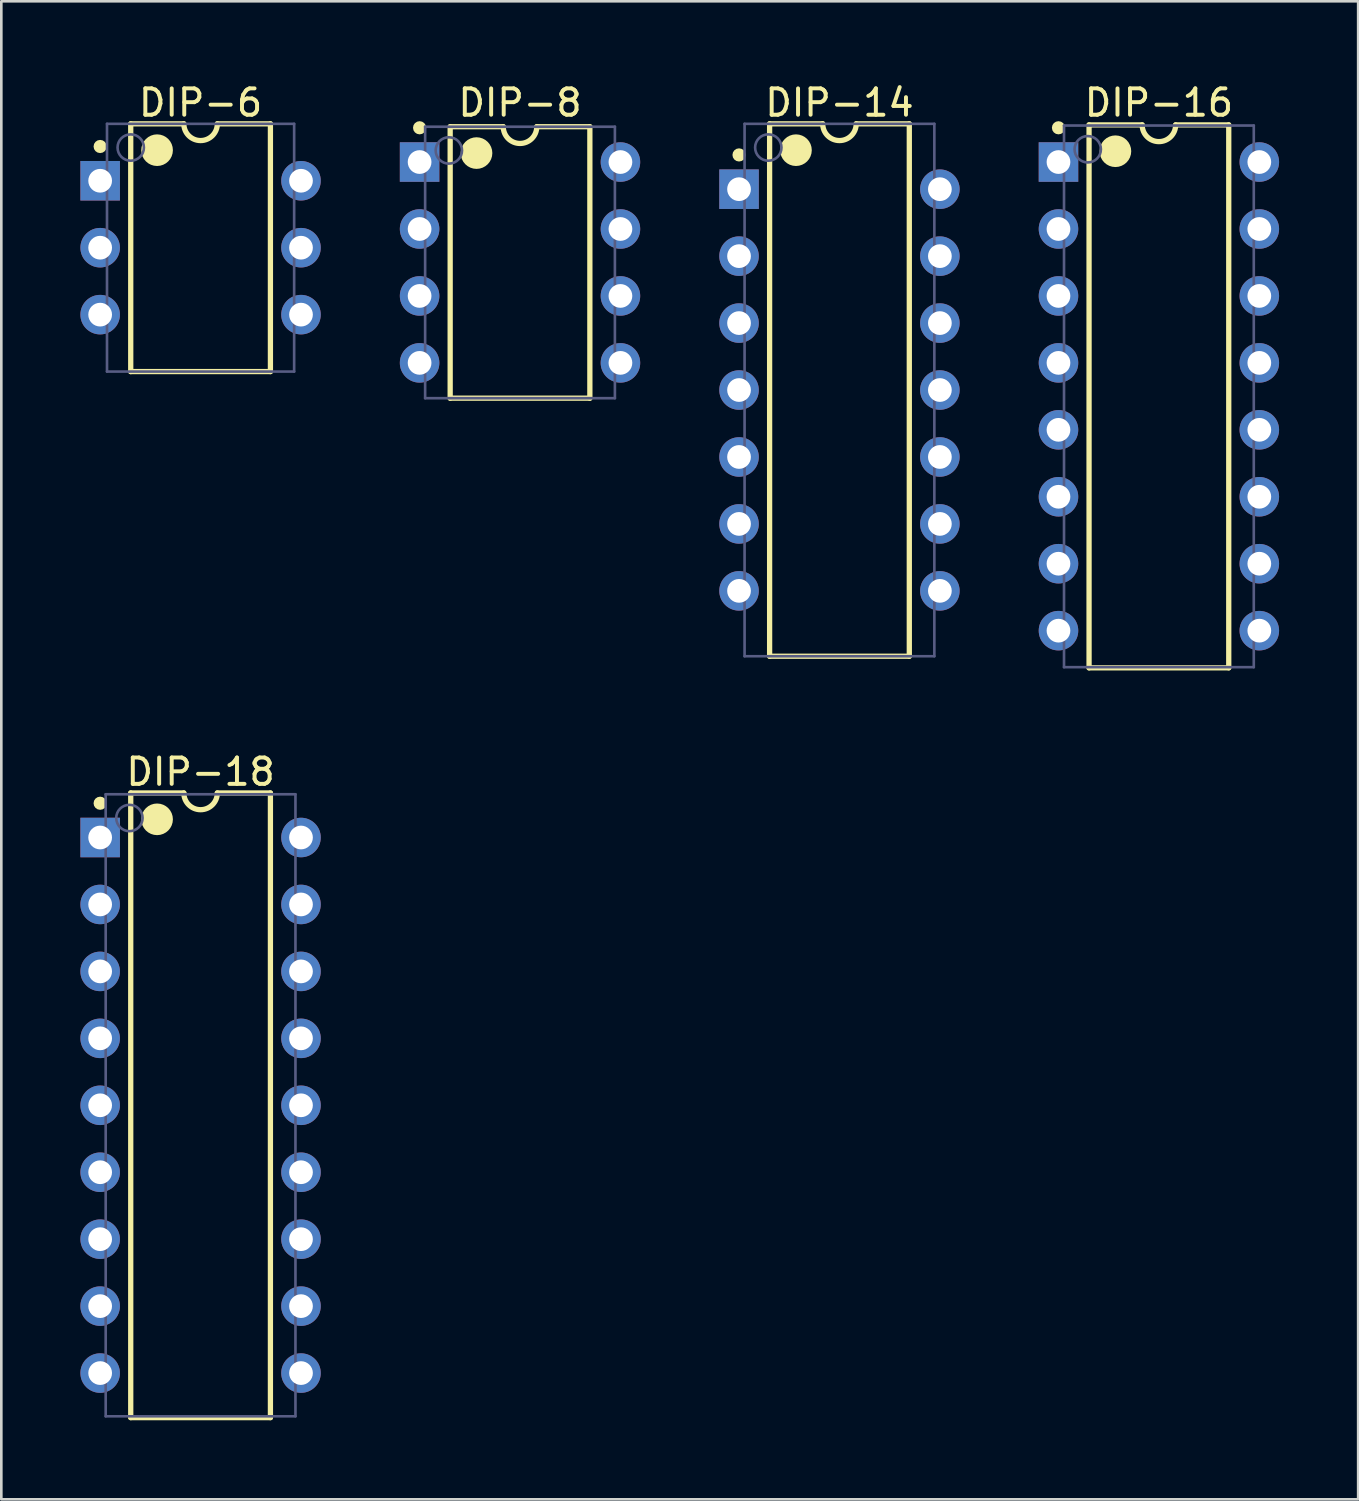
<source format=kicad_pcb>
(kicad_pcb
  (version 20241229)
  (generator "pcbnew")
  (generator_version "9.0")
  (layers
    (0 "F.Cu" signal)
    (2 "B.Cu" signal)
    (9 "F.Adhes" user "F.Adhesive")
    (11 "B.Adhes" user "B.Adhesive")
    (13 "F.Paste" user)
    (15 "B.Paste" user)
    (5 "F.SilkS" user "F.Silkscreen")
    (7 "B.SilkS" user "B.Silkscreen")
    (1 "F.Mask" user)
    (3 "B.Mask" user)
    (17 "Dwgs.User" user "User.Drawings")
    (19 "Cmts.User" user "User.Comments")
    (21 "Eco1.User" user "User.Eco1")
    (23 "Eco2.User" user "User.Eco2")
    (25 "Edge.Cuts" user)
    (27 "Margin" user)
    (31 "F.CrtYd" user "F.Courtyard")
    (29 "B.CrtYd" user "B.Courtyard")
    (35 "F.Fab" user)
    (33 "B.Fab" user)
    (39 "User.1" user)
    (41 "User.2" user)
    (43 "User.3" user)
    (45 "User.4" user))
  (footprint "DIP-6"
    (layer "F.Cu")
    (at 4.56 6.348)
    (property "Reference" "DIP-6" (at 0 -5.5 0) (layer "F.SilkS") (effects (font (size 1 1) (thickness 0.15))))
    (fp_line (start -2.65 -4.7) (end -0.635 -4.7) (stroke (width 0.2) (type solid)) (layer "F.SilkS"))
    (fp_line (start -2.65 4.7) (end -2.65 -4.7) (stroke (width 0.2) (type solid)) (layer "F.SilkS"))
    (fp_line (start -2.65 4.7) (end 2.65 4.7) (stroke (width 0.2) (type solid)) (layer "F.SilkS"))
    (fp_line (start 0.635 -4.7) (end 2.65 -4.7) (stroke (width 0.2) (type solid)) (layer "F.SilkS"))
    (fp_line (start 2.65 4.7) (end 2.65 -4.7) (stroke (width 0.2) (type solid)) (layer "F.SilkS"))
    (fp_arc (start 0.635 -4.7) (mid 0 -4.065) (end -0.635 -4.7) (stroke (width 0.2) (type solid)) (layer "F.SilkS"))
    (fp_circle (center -3.81 -3.84) (end -3.81 -3.965) (stroke (width 0.25) (type solid)) (fill no) (layer "F.SilkS"))
    (fp_circle (center -1.65 -3.7) (end -1.65 -4) (stroke (width 0.6) (type solid)) (fill no) (layer "F.SilkS"))
    (fp_line (start -0.5 0) (end 0.5 0) (stroke (width 0.1) (type solid)) (layer "Eco2.User"))
    (fp_line (start 0 0.5) (end 0 -0.5) (stroke (width 0.1) (type solid)) (layer "Eco2.User"))
    (fp_line (start -3.55 -4.7) (end 3.55 -4.7) (stroke (width 0.1) (type solid)) (layer "B.Fab"))
    (fp_line (start -3.55 4.7) (end -3.55 -4.7) (stroke (width 0.1) (type solid)) (layer "B.Fab"))
    (fp_line (start -3.55 4.7) (end 3.55 4.7) (stroke (width 0.1) (type solid)) (layer "B.Fab"))
    (fp_line (start 3.55 4.7) (end 3.55 -4.7) (stroke (width 0.1) (type solid)) (layer "B.Fab"))
    (fp_circle (center -2.65 -3.8) (end -2.65 -4.3) (stroke (width 0.1) (type solid)) (fill no) (layer "B.Fab"))
    (pad "1" thru_hole rect (at -3.81 -2.54) (size 1.5 1.5) (drill 0.9) (layers "*.Cu" "*.Mask"))
    (pad "2" thru_hole circle (at -3.81 0) (size 1.5 1.5) (drill 0.9) (layers "*.Cu" "*.Mask"))
    (pad "3" thru_hole circle (at -3.81 2.54) (size 1.5 1.5) (drill 0.9) (layers "*.Cu" "*.Mask"))
    (pad "4" thru_hole circle (at 3.81 2.54) (size 1.5 1.5) (drill 0.9) (layers "*.Cu" "*.Mask"))
    (pad "5" thru_hole circle (at 3.81 0) (size 1.5 1.5) (drill 0.9) (layers "*.Cu" "*.Mask"))
    (pad "6" thru_hole circle (at 3.81 -2.54) (size 1.5 1.5) (drill 0.9) (layers "*.Cu" "*.Mask")))
  (footprint "DIP-8"
    (layer "F.Cu")
    (at 16.68 6.908)
    (property "Reference" "DIP-8" (at 0 -6.06 0) (layer "F.SilkS") (effects (font (size 1 1) (thickness 0.15))))
    (fp_line (start -2.65 -5.15) (end -0.635 -5.15) (stroke (width 0.2) (type solid)) (layer "F.SilkS"))
    (fp_line (start -2.65 5.15) (end -2.65 -5.15) (stroke (width 0.2) (type solid)) (layer "F.SilkS"))
    (fp_line (start -2.65 5.15) (end 2.65 5.15) (stroke (width 0.2) (type solid)) (layer "F.SilkS"))
    (fp_line (start 0.635 -5.15) (end 2.65 -5.15) (stroke (width 0.2) (type solid)) (layer "F.SilkS"))
    (fp_line (start 2.65 5.15) (end 2.65 -5.15) (stroke (width 0.2) (type solid)) (layer "F.SilkS"))
    (fp_arc (start 0.635 -5.15) (mid 0 -4.515) (end -0.635 -5.15) (stroke (width 0.2) (type solid)) (layer "F.SilkS"))
    (fp_circle (center -3.81 -5.11) (end -3.81 -5.235) (stroke (width 0.25) (type solid)) (fill no) (layer "F.SilkS"))
    (fp_circle (center -1.65 -4.15) (end -1.65 -4.45) (stroke (width 0.6) (type solid)) (fill no) (layer "F.SilkS"))
    (fp_line (start -0.5 0) (end 0.5 0) (stroke (width 0.1) (type solid)) (layer "Eco2.User"))
    (fp_line (start 0 0.5) (end 0 -0.5) (stroke (width 0.1) (type solid)) (layer "Eco2.User"))
    (fp_line (start -3.6 -5.15) (end 3.6 -5.15) (stroke (width 0.1) (type solid)) (layer "B.Fab"))
    (fp_line (start -3.6 5.15) (end -3.6 -5.15) (stroke (width 0.1) (type solid)) (layer "B.Fab"))
    (fp_line (start -3.6 5.15) (end 3.6 5.15) (stroke (width 0.1) (type solid)) (layer "B.Fab"))
    (fp_line (start 3.6 5.15) (end 3.6 -5.15) (stroke (width 0.1) (type solid)) (layer "B.Fab"))
    (fp_circle (center -2.7 -4.25) (end -2.7 -4.75) (stroke (width 0.1) (type solid)) (fill no) (layer "B.Fab"))
    (pad "1" thru_hole rect (at -3.81 -3.81) (size 1.5 1.5) (drill 0.9) (layers "*.Cu" "*.Mask"))
    (pad "2" thru_hole circle (at -3.81 -1.27) (size 1.5 1.5) (drill 0.9) (layers "*.Cu" "*.Mask"))
    (pad "3" thru_hole circle (at -3.81 1.27) (size 1.5 1.5) (drill 0.9) (layers "*.Cu" "*.Mask"))
    (pad "4" thru_hole circle (at -3.81 3.81) (size 1.5 1.5) (drill 0.9) (layers "*.Cu" "*.Mask"))
    (pad "5" thru_hole circle (at 3.81 3.81) (size 1.5 1.5) (drill 0.9) (layers "*.Cu" "*.Mask"))
    (pad "6" thru_hole circle (at 3.81 1.27) (size 1.5 1.5) (drill 0.9) (layers "*.Cu" "*.Mask"))
    (pad "7" thru_hole circle (at 3.81 -1.27) (size 1.5 1.5) (drill 0.9) (layers "*.Cu" "*.Mask"))
    (pad "8" thru_hole circle (at 3.81 -3.81) (size 1.5 1.5) (drill 0.9) (layers "*.Cu" "*.Mask")))
  (footprint "DIP-18"
    (layer "F.Cu")
    (at 4.56 38.886)
    (property "Reference" "DIP-18" (at 0 -12.65 0) (layer "F.SilkS") (effects (font (size 1 1) (thickness 0.15))))
    (fp_line (start -2.65 -11.85) (end -0.635 -11.85) (stroke (width 0.2) (type solid)) (layer "F.SilkS"))
    (fp_line (start -2.65 11.85) (end -2.65 -11.85) (stroke (width 0.2) (type solid)) (layer "F.SilkS"))
    (fp_line (start -2.65 11.85) (end 2.65 11.85) (stroke (width 0.2) (type solid)) (layer "F.SilkS"))
    (fp_line (start 0.635 -11.85) (end 2.65 -11.85) (stroke (width 0.2) (type solid)) (layer "F.SilkS"))
    (fp_line (start 2.65 11.85) (end 2.65 -11.85) (stroke (width 0.2) (type solid)) (layer "F.SilkS"))
    (fp_arc (start 0.635 -11.85) (mid 0 -11.215) (end -0.635 -11.85) (stroke (width 0.2) (type solid)) (layer "F.SilkS"))
    (fp_circle (center -3.81 -11.46) (end -3.81 -11.585) (stroke (width 0.25) (type solid)) (fill no) (layer "F.SilkS"))
    (fp_circle (center -1.65 -10.85) (end -1.65 -11.15) (stroke (width 0.6) (type solid)) (fill no) (layer "F.SilkS"))
    (fp_line (start -0.5 0) (end 0.5 0) (stroke (width 0.1) (type solid)) (layer "Eco2.User"))
    (fp_line (start 0 0.5) (end 0 -0.5) (stroke (width 0.1) (type solid)) (layer "Eco2.User"))
    (fp_line (start -3.6 -11.8) (end 3.6 -11.8) (stroke (width 0.1) (type solid)) (layer "B.Fab"))
    (fp_line (start -3.6 11.8) (end -3.6 -11.8) (stroke (width 0.1) (type solid)) (layer "B.Fab"))
    (fp_line (start -3.6 11.8) (end 3.6 11.8) (stroke (width 0.1) (type solid)) (layer "B.Fab"))
    (fp_line (start 3.6 11.8) (end 3.6 -11.8) (stroke (width 0.1) (type solid)) (layer "B.Fab"))
    (fp_circle (center -2.7 -10.9) (end -2.7 -11.4) (stroke (width 0.1) (type solid)) (fill no) (layer "B.Fab"))
    (pad "1" thru_hole rect (at -3.81 -10.16) (size 1.5 1.5) (drill 0.9) (layers "*.Cu" "*.Mask"))
    (pad "2" thru_hole circle (at -3.81 -7.62) (size 1.5 1.5) (drill 0.9) (layers "*.Cu" "*.Mask"))
    (pad "3" thru_hole circle (at -3.81 -5.08) (size 1.5 1.5) (drill 0.9) (layers "*.Cu" "*.Mask"))
    (pad "4" thru_hole circle (at -3.81 -2.54) (size 1.5 1.5) (drill 0.9) (layers "*.Cu" "*.Mask"))
    (pad "5" thru_hole circle (at -3.81 0) (size 1.5 1.5) (drill 0.9) (layers "*.Cu" "*.Mask"))
    (pad "6" thru_hole circle (at -3.81 2.54) (size 1.5 1.5) (drill 0.9) (layers "*.Cu" "*.Mask"))
    (pad "7" thru_hole circle (at -3.81 5.08) (size 1.5 1.5) (drill 0.9) (layers "*.Cu" "*.Mask"))
    (pad "8" thru_hole circle (at -3.81 7.62) (size 1.5 1.5) (drill 0.9) (layers "*.Cu" "*.Mask"))
    (pad "9" thru_hole circle (at -3.81 10.16) (size 1.5 1.5) (drill 0.9) (layers "*.Cu" "*.Mask"))
    (pad "10" thru_hole circle (at 3.81 10.16) (size 1.5 1.5) (drill 0.9) (layers "*.Cu" "*.Mask"))
    (pad "11" thru_hole circle (at 3.81 7.62) (size 1.5 1.5) (drill 0.9) (layers "*.Cu" "*.Mask"))
    (pad "12" thru_hole circle (at 3.81 5.08) (size 1.5 1.5) (drill 0.9) (layers "*.Cu" "*.Mask"))
    (pad "13" thru_hole circle (at 3.81 2.54) (size 1.5 1.5) (drill 0.9) (layers "*.Cu" "*.Mask"))
    (pad "14" thru_hole circle (at 3.81 0) (size 1.5 1.5) (drill 0.9) (layers "*.Cu" "*.Mask"))
    (pad "15" thru_hole circle (at 3.81 -2.54) (size 1.5 1.5) (drill 0.9) (layers "*.Cu" "*.Mask"))
    (pad "16" thru_hole circle (at 3.81 -5.08) (size 1.5 1.5) (drill 0.9) (layers "*.Cu" "*.Mask"))
    (pad "17" thru_hole circle (at 3.81 -7.62) (size 1.5 1.5) (drill 0.9) (layers "*.Cu" "*.Mask"))
    (pad "18" thru_hole circle (at 3.81 -10.16) (size 1.5 1.5) (drill 0.9) (layers "*.Cu" "*.Mask")))
  (footprint "DIP-14"
    (layer "F.Cu")
    (at 28.8 11.748)
    (property "Reference" "DIP-14" (at 0 -10.9 0) (layer "F.SilkS") (effects (font (size 1 1) (thickness 0.15))))
    (fp_line (start -2.65 -10.1) (end -0.635 -10.1) (stroke (width 0.2) (type solid)) (layer "F.SilkS"))
    (fp_line (start -2.65 10.1) (end -2.65 -10.1) (stroke (width 0.2) (type solid)) (layer "F.SilkS"))
    (fp_line (start -2.65 10.1) (end 2.65 10.1) (stroke (width 0.2) (type solid)) (layer "F.SilkS"))
    (fp_line (start 0.635 -10.1) (end 2.65 -10.1) (stroke (width 0.2) (type solid)) (layer "F.SilkS"))
    (fp_line (start 2.65 10.1) (end 2.65 -10.1) (stroke (width 0.2) (type solid)) (layer "F.SilkS"))
    (fp_arc (start 0.635 -10.1) (mid 0 -9.465) (end -0.635 -10.1) (stroke (width 0.2) (type solid)) (layer "F.SilkS"))
    (fp_circle (center -3.81 -8.92) (end -3.81 -9.045) (stroke (width 0.25) (type solid)) (fill no) (layer "F.SilkS"))
    (fp_circle (center -1.65 -9.1) (end -1.65 -9.4) (stroke (width 0.6) (type solid)) (fill no) (layer "F.SilkS"))
    (fp_line (start -0.5 0) (end 0.5 0) (stroke (width 0.1) (type solid)) (layer "Eco2.User"))
    (fp_line (start 0 0.5) (end 0 -0.5) (stroke (width 0.1) (type solid)) (layer "Eco2.User"))
    (fp_line (start -3.6 -10.1) (end 3.6 -10.1) (stroke (width 0.1) (type solid)) (layer "B.Fab"))
    (fp_line (start -3.6 10.1) (end -3.6 -10.1) (stroke (width 0.1) (type solid)) (layer "B.Fab"))
    (fp_line (start -3.6 10.1) (end 3.6 10.1) (stroke (width 0.1) (type solid)) (layer "B.Fab"))
    (fp_line (start 3.6 10.1) (end 3.6 -10.1) (stroke (width 0.1) (type solid)) (layer "B.Fab"))
    (fp_circle (center -2.7 -9.2) (end -2.7 -9.7) (stroke (width 0.1) (type solid)) (fill no) (layer "B.Fab"))
    (pad "1" thru_hole rect (at -3.81 -7.62) (size 1.5 1.5) (drill 0.9) (layers "*.Cu" "*.Mask"))
    (pad "2" thru_hole circle (at -3.81 -5.08) (size 1.5 1.5) (drill 0.9) (layers "*.Cu" "*.Mask"))
    (pad "3" thru_hole circle (at -3.81 -2.54) (size 1.5 1.5) (drill 0.9) (layers "*.Cu" "*.Mask"))
    (pad "4" thru_hole circle (at -3.81 0) (size 1.5 1.5) (drill 0.9) (layers "*.Cu" "*.Mask"))
    (pad "5" thru_hole circle (at -3.81 2.54) (size 1.5 1.5) (drill 0.9) (layers "*.Cu" "*.Mask"))
    (pad "6" thru_hole circle (at -3.81 5.08) (size 1.5 1.5) (drill 0.9) (layers "*.Cu" "*.Mask"))
    (pad "7" thru_hole circle (at -3.81 7.62) (size 1.5 1.5) (drill 0.9) (layers "*.Cu" "*.Mask"))
    (pad "8" thru_hole circle (at 3.81 7.62) (size 1.5 1.5) (drill 0.9) (layers "*.Cu" "*.Mask"))
    (pad "9" thru_hole circle (at 3.81 5.08) (size 1.5 1.5) (drill 0.9) (layers "*.Cu" "*.Mask"))
    (pad "10" thru_hole circle (at 3.81 2.54) (size 1.5 1.5) (drill 0.9) (layers "*.Cu" "*.Mask"))
    (pad "11" thru_hole circle (at 3.81 0) (size 1.5 1.5) (drill 0.9) (layers "*.Cu" "*.Mask"))
    (pad "12" thru_hole circle (at 3.81 -2.54) (size 1.5 1.5) (drill 0.9) (layers "*.Cu" "*.Mask"))
    (pad "13" thru_hole circle (at 3.81 -5.08) (size 1.5 1.5) (drill 0.9) (layers "*.Cu" "*.Mask"))
    (pad "14" thru_hole circle (at 3.81 -7.62) (size 1.5 1.5) (drill 0.9) (layers "*.Cu" "*.Mask")))
  (footprint "DIP-16"
    (layer "F.Cu")
    (at 40.92 11.988)
    (property "Reference" "DIP-16" (at 0 -11.14 0) (layer "F.SilkS") (effects (font (size 1 1) (thickness 0.15))))
    (fp_line (start -2.65 -10.3) (end -0.635 -10.3) (stroke (width 0.2) (type solid)) (layer "F.SilkS"))
    (fp_line (start -2.65 10.3) (end -2.65 -10.3) (stroke (width 0.2) (type solid)) (layer "F.SilkS"))
    (fp_line (start -2.65 10.3) (end 2.65 10.3) (stroke (width 0.2) (type solid)) (layer "F.SilkS"))
    (fp_line (start 0.635 -10.3) (end 2.65 -10.3) (stroke (width 0.2) (type solid)) (layer "F.SilkS"))
    (fp_line (start 2.65 10.3) (end 2.65 -10.3) (stroke (width 0.2) (type solid)) (layer "F.SilkS"))
    (fp_arc (start 0.635 -10.3) (mid 0 -9.665) (end -0.635 -10.3) (stroke (width 0.2) (type solid)) (layer "F.SilkS"))
    (fp_circle (center -3.81 -10.19) (end -3.81 -10.315) (stroke (width 0.25) (type solid)) (fill no) (layer "F.SilkS"))
    (fp_circle (center -1.65 -9.3) (end -1.65 -9.6) (stroke (width 0.6) (type solid)) (fill no) (layer "F.SilkS"))
    (fp_line (start -0.5 0) (end 0.5 0) (stroke (width 0.1) (type solid)) (layer "Eco2.User"))
    (fp_line (start 0 0.5) (end 0 -0.5) (stroke (width 0.1) (type solid)) (layer "Eco2.User"))
    (fp_line (start -3.6 -10.275) (end 3.6 -10.275) (stroke (width 0.1) (type solid)) (layer "B.Fab"))
    (fp_line (start -3.6 10.275) (end -3.6 -10.275) (stroke (width 0.1) (type solid)) (layer "B.Fab"))
    (fp_line (start -3.6 10.275) (end 3.6 10.275) (stroke (width 0.1) (type solid)) (layer "B.Fab"))
    (fp_line (start 3.6 10.275) (end 3.6 -10.275) (stroke (width 0.1) (type solid)) (layer "B.Fab"))
    (fp_circle (center -2.7 -9.375) (end -2.7 -9.875) (stroke (width 0.1) (type solid)) (fill no) (layer "B.Fab"))
    (pad "1" thru_hole rect (at -3.81 -8.89) (size 1.5 1.5) (drill 0.9) (layers "*.Cu" "*.Mask"))
    (pad "2" thru_hole circle (at -3.81 -6.35) (size 1.5 1.5) (drill 0.9) (layers "*.Cu" "*.Mask"))
    (pad "3" thru_hole circle (at -3.81 -3.81) (size 1.5 1.5) (drill 0.9) (layers "*.Cu" "*.Mask"))
    (pad "4" thru_hole circle (at -3.81 -1.27) (size 1.5 1.5) (drill 0.9) (layers "*.Cu" "*.Mask"))
    (pad "5" thru_hole circle (at -3.81 1.27) (size 1.5 1.5) (drill 0.9) (layers "*.Cu" "*.Mask"))
    (pad "6" thru_hole circle (at -3.81 3.81) (size 1.5 1.5) (drill 0.9) (layers "*.Cu" "*.Mask"))
    (pad "7" thru_hole circle (at -3.81 6.35) (size 1.5 1.5) (drill 0.9) (layers "*.Cu" "*.Mask"))
    (pad "8" thru_hole circle (at -3.81 8.89) (size 1.5 1.5) (drill 0.9) (layers "*.Cu" "*.Mask"))
    (pad "9" thru_hole circle (at 3.81 8.89) (size 1.5 1.5) (drill 0.9) (layers "*.Cu" "*.Mask"))
    (pad "10" thru_hole circle (at 3.81 6.35) (size 1.5 1.5) (drill 0.9) (layers "*.Cu" "*.Mask"))
    (pad "11" thru_hole circle (at 3.81 3.81) (size 1.5 1.5) (drill 0.9) (layers "*.Cu" "*.Mask"))
    (pad "12" thru_hole circle (at 3.81 1.27) (size 1.5 1.5) (drill 0.9) (layers "*.Cu" "*.Mask"))
    (pad "13" thru_hole circle (at 3.81 -1.27) (size 1.5 1.5) (drill 0.9) (layers "*.Cu" "*.Mask"))
    (pad "14" thru_hole circle (at 3.81 -3.81) (size 1.5 1.5) (drill 0.9) (layers "*.Cu" "*.Mask"))
    (pad "15" thru_hole circle (at 3.81 -6.35) (size 1.5 1.5) (drill 0.9) (layers "*.Cu" "*.Mask"))
    (pad "16" thru_hole circle (at 3.81 -8.89) (size 1.5 1.5) (drill 0.9) (layers "*.Cu" "*.Mask")))
  (gr_rect
    (start -3 -3)
    (end 48.48 53.837)
    (stroke (width 0.1) (type default))
    (fill no)
    (layer "Edge.Cuts")))
</source>
